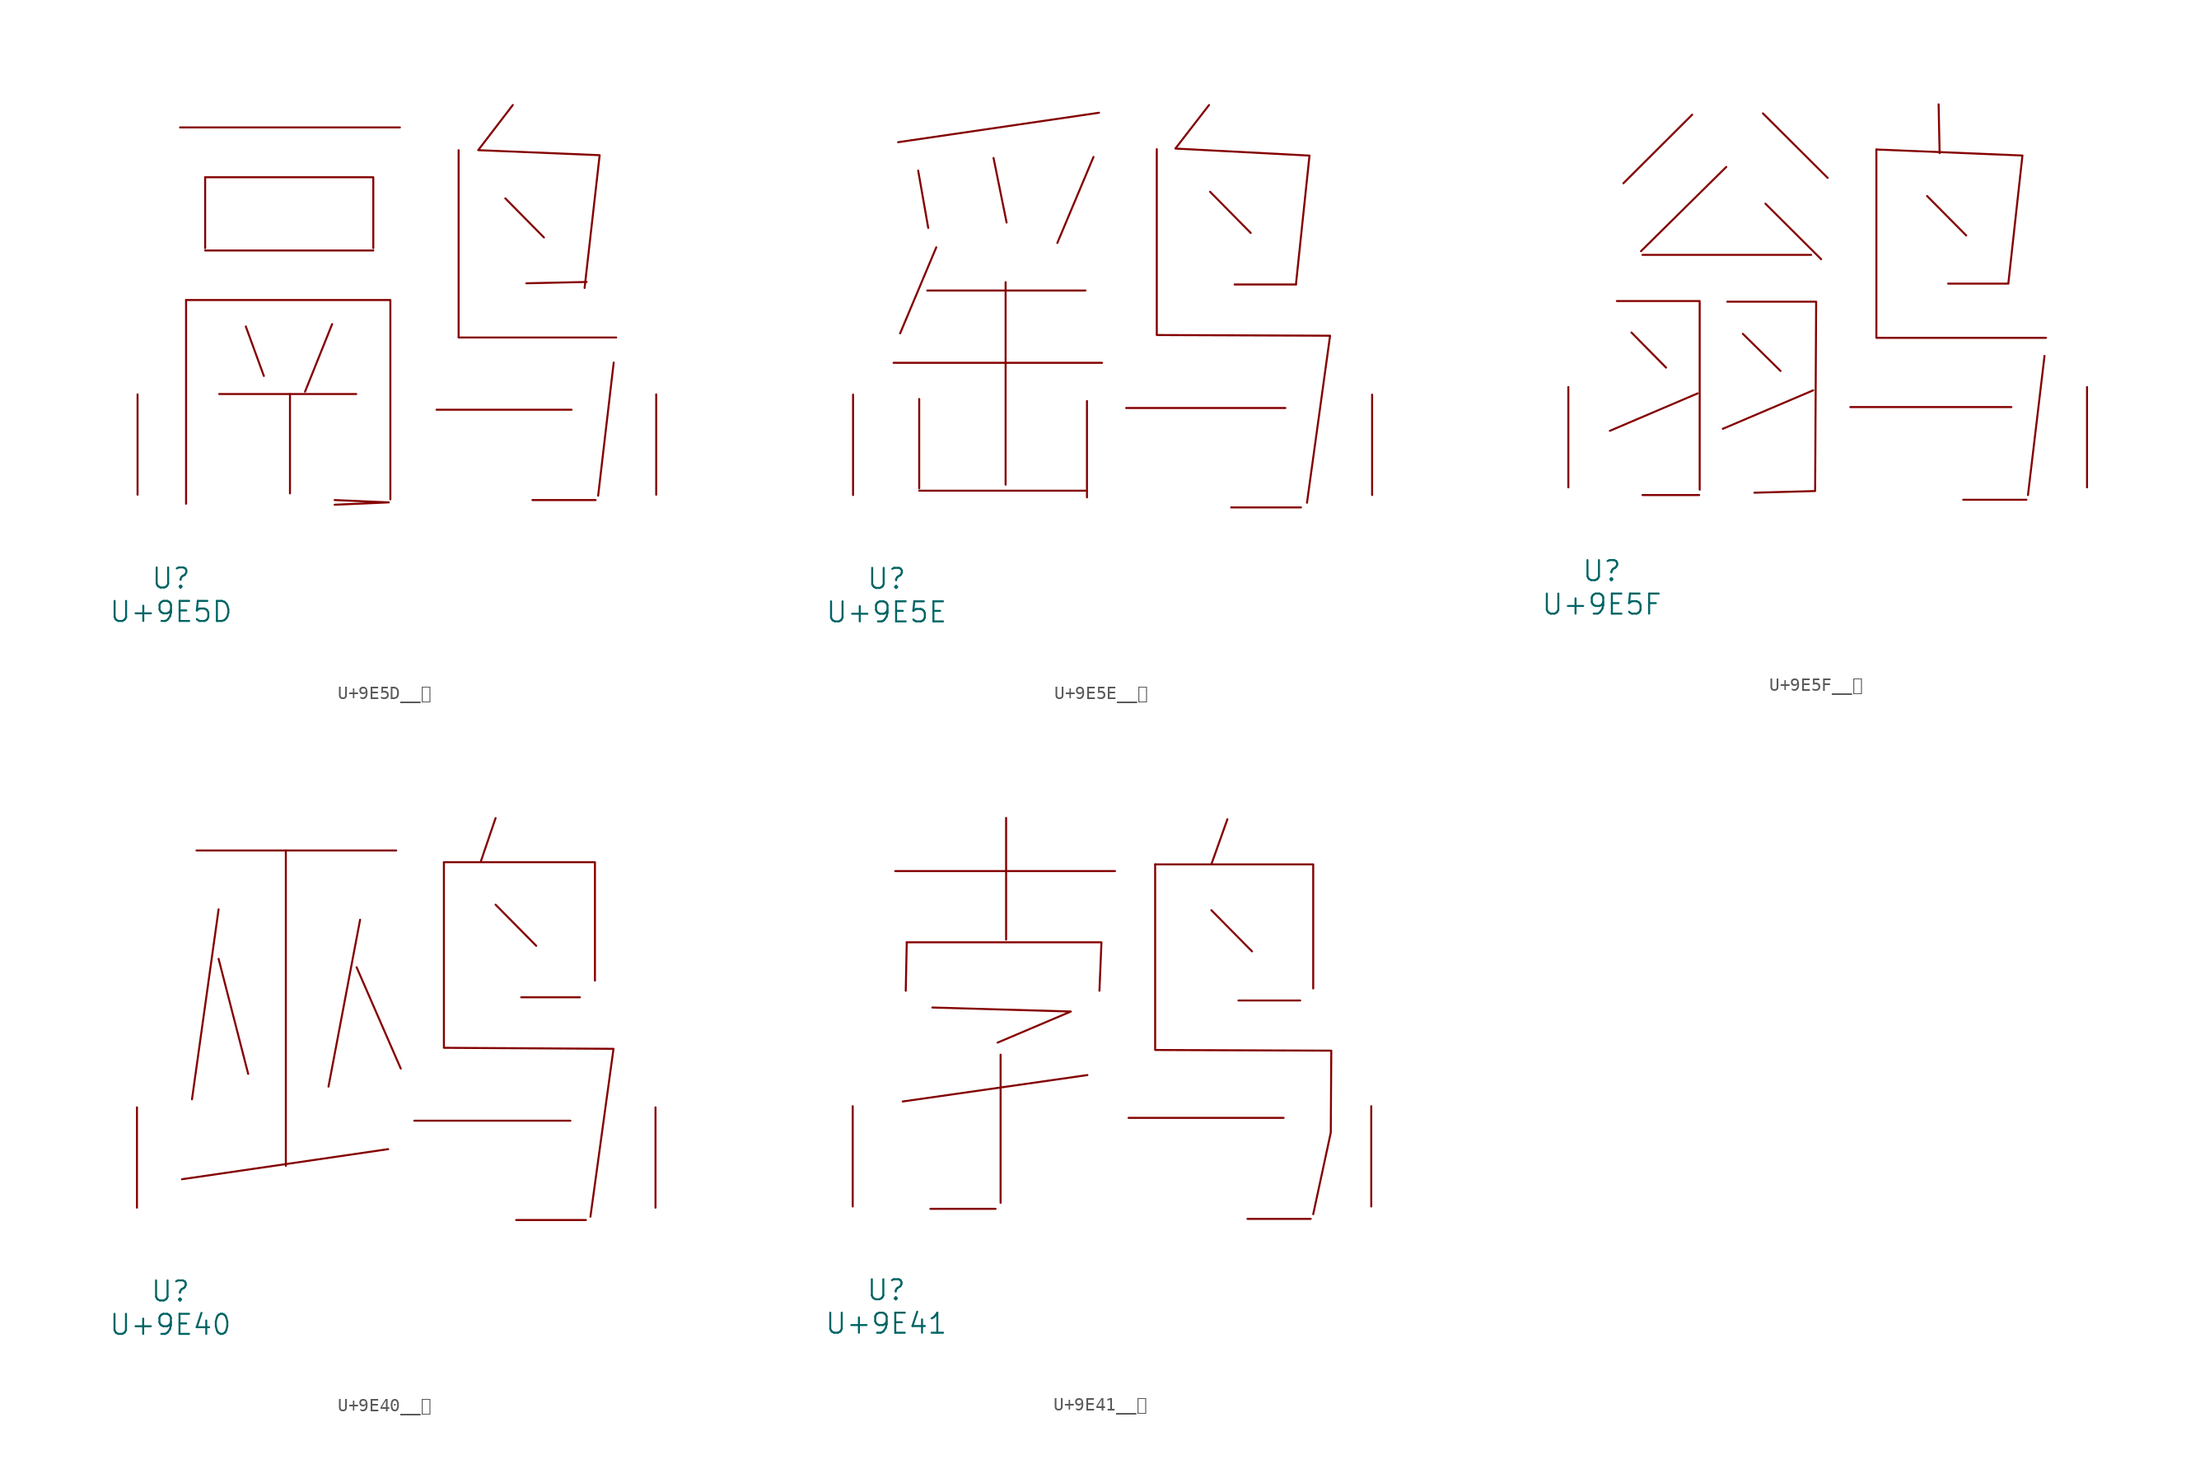
<source format=kicad_sym>
(kicad_symbol_lib
  (version 20231120)
  (generator "kicad_symbol_editor")
  (generator_version "8.0")
  (symbol "U+9E5D__鹝"
    (pin_names
      (offset 1.016))
    (property "Reference" "U"
      (at 0 -6.35 0)
      (effects (font (size 1.524 1.524))))
    (property "Value" "U+9E5D"
      (at 0 -8.89 0)
      (effects (font (size 1.524 1.524))))
    (symbol "U+9E5D__鹝_0_1"
      (polyline (pts (xy 0.686 27.889) (xy 17.374 27.889)) (stroke (width 0) (type solid)) (fill (type none)))
      (polyline (pts (xy 1.143 14.783) (xy 1.143 -0.686)) (stroke (width 0) (type solid)) (fill (type none)))
      (polyline (pts (xy 2.591 18.542) (xy 15.354 18.542)) (stroke (width 0) (type solid)) (fill (type none)))
      (polyline (pts (xy 2.591 24.105) (xy 2.591 18.72)) (stroke (width 0) (type solid)) (fill (type none)))
      (polyline (pts (xy 3.658 7.645) (xy 14.059 7.645)) (stroke (width 0) (type solid)) (fill (type none)))
      (polyline (pts (xy 5.677 12.776) (xy 7.048 9.017)) (stroke (width 0) (type solid)) (fill (type none)))
      (polyline (pts (xy 9.03 7.645) (xy 9.03 0.102)) (stroke (width 0) (type solid)) (fill (type none)))
      (polyline (pts (xy 12.23 12.954) (xy 10.173 7.823)) (stroke (width 0) (type solid)) (fill (type none)))
      (polyline (pts (xy 20.155 6.452) (xy 30.404 6.452)) (stroke (width 0) (type solid)) (fill (type none)))
      (polyline (pts (xy 21.831 11.938) (xy 33.795 11.938)) (stroke (width 0) (type solid)) (fill (type none)))
      (polyline (pts (xy 21.831 26.162) (xy 21.831 11.989)) (stroke (width 0) (type solid)) (fill (type none)))
      (polyline (pts (xy 25.375 22.504) (xy 28.308 19.533)) (stroke (width 0) (type solid)) (fill (type none)))
      (polyline (pts (xy 27.432 -0.406) (xy 32.233 -0.406)) (stroke (width 0) (type solid)) (fill (type none)))
      (polyline (pts (xy 31.547 16.154) (xy 26.975 16.053)) (stroke (width 0) (type solid)) (fill (type none)))
      (polyline (pts (xy 33.604 10.033) (xy 32.423 -0.076)) (stroke (width 0) (type solid)) (fill (type none)))
      (polyline (pts (xy 1.143 14.783) (xy 16.65 14.783) (xy 16.65 -0.356)) (stroke (width 0) (type solid)) (fill (type none)))
      (polyline (pts (xy 2.591 24.105) (xy 15.354 24.105) (xy 15.354 18.72)) (stroke (width 0) (type solid)) (fill (type none)))
      (polyline (pts (xy 12.421 -0.762) (xy 16.535 -0.584) (xy 12.421 -0.406)) (stroke (width 0) (type solid)) (fill (type none)))
      (polyline (pts (xy 25.946 29.591) (xy 23.317 26.162) (xy 32.537 25.781) (xy 31.394 15.697)) (stroke (width 0) (type solid)) (fill (type none)))
      (pin input line (at -2.54 0 90) (length 7.62) (name "~" (effects (font (size 1.27 1.27)))) (number "~" (effects (font (size 1.27 1.27)))))
      (pin input line (at 36.83 0 90) (length 7.62) (name "~" (effects (font (size 1.27 1.27)))) (number "~" (effects (font (size 1.27 1.27)))))))
  (symbol "U+9E5E__鹞"
    (pin_names
      (offset 1.016))
    (property "Reference" "U"
      (at 0 -6.35 0)
      (effects (font (size 1.524 1.524))))
    (property "Value" "U+9E5E"
      (at 0 -8.89 0)
      (effects (font (size 1.524 1.524))))
    (symbol "U+9E5E__鹞_0_1"
      (polyline (pts (xy 0.533 10.033) (xy 16.345 10.033)) (stroke (width 0) (type solid)) (fill (type none)))
      (polyline (pts (xy 2.4 24.613) (xy 3.162 20.269)) (stroke (width 0) (type solid)) (fill (type none)))
      (polyline (pts (xy 2.477 0.33) (xy 15.088 0.33)) (stroke (width 0) (type solid)) (fill (type none)))
      (polyline (pts (xy 2.477 7.29) (xy 2.477 0.508)) (stroke (width 0) (type solid)) (fill (type none)))
      (polyline (pts (xy 3.086 15.519) (xy 15.088 15.519)) (stroke (width 0) (type solid)) (fill (type none)))
      (polyline (pts (xy 3.772 18.796) (xy 1.029 12.268)) (stroke (width 0) (type solid)) (fill (type none)))
      (polyline (pts (xy 8.115 25.578) (xy 9.106 20.676)) (stroke (width 0) (type solid)) (fill (type none)))
      (polyline (pts (xy 9.03 16.154) (xy 9.03 0.787)) (stroke (width 0) (type solid)) (fill (type none)))
      (polyline (pts (xy 15.202 7.137) (xy 15.202 -0.178)) (stroke (width 0) (type solid)) (fill (type none)))
      (polyline (pts (xy 15.697 25.654) (xy 12.954 19.126)) (stroke (width 0) (type solid)) (fill (type none)))
      (polyline (pts (xy 16.116 29.007) (xy 0.876 26.772)) (stroke (width 0) (type solid)) (fill (type none)))
      (polyline (pts (xy 18.174 6.604) (xy 30.251 6.604)) (stroke (width 0) (type solid)) (fill (type none)))
      (polyline (pts (xy 24.536 23.012) (xy 27.622 19.888)) (stroke (width 0) (type solid)) (fill (type none)))
      (polyline (pts (xy 26.137 -0.94) (xy 31.433 -0.94)) (stroke (width 0) (type solid)) (fill (type none)))
      (polyline (pts (xy 26.403 15.977) (xy 31.052 15.977)) (stroke (width 0) (type solid)) (fill (type none)))
      (polyline (pts (xy 20.498 26.238) (xy 20.498 12.141) (xy 33.642 12.09) (xy 31.89 -0.584)) (stroke (width 0) (type solid)) (fill (type none)))
      (polyline (pts (xy 24.46 29.591) (xy 21.907 26.289) (xy 32.08 25.756) (xy 31.052 15.977)) (stroke (width 0) (type solid)) (fill (type none)))
      (pin input line (at -2.54 0 90) (length 7.62) (name "~" (effects (font (size 1.27 1.27)))) (number "~" (effects (font (size 1.27 1.27)))))
      (pin input line (at 36.83 0 90) (length 7.62) (name "~" (effects (font (size 1.27 1.27)))) (number "~" (effects (font (size 1.27 1.27)))))))
  (symbol "U+9E5F__鹟"
    (pin_names
      (offset 1.016))
    (property "Reference" "U"
      (at 0 -6.35 0)
      (effects (font (size 1.524 1.524))))
    (property "Value" "U+9E5F"
      (at 0 -8.89 0)
      (effects (font (size 1.524 1.524))))
    (symbol "U+9E5F__鹟_0_1"
      (polyline (pts (xy 2.248 11.76) (xy 4.877 9.093)) (stroke (width 0) (type solid)) (fill (type none)))
      (polyline (pts (xy 3.086 -0.584) (xy 7.391 -0.584)) (stroke (width 0) (type solid)) (fill (type none)))
      (polyline (pts (xy 3.086 17.653) (xy 15.888 17.653)) (stroke (width 0) (type solid)) (fill (type none)))
      (polyline (pts (xy 6.858 28.296) (xy 1.638 23.089)) (stroke (width 0) (type solid)) (fill (type none)))
      (polyline (pts (xy 7.277 7.137) (xy 0.61 4.293)) (stroke (width 0) (type solid)) (fill (type none)))
      (polyline (pts (xy 9.449 24.333) (xy 2.972 17.932)) (stroke (width 0) (type solid)) (fill (type none)))
      (polyline (pts (xy 10.706 11.659) (xy 13.564 8.839)) (stroke (width 0) (type solid)) (fill (type none)))
      (polyline (pts (xy 12.23 28.397) (xy 17.145 23.495)) (stroke (width 0) (type solid)) (fill (type none)))
      (polyline (pts (xy 12.421 21.539) (xy 16.65 17.323)) (stroke (width 0) (type solid)) (fill (type none)))
      (polyline (pts (xy 16.04 7.366) (xy 9.182 4.445)) (stroke (width 0) (type solid)) (fill (type none)))
      (polyline (pts (xy 18.86 6.096) (xy 31.09 6.096)) (stroke (width 0) (type solid)) (fill (type none)))
      (polyline (pts (xy 20.841 11.354) (xy 33.718 11.354)) (stroke (width 0) (type solid)) (fill (type none)))
      (polyline (pts (xy 20.841 25.654) (xy 20.841 11.405)) (stroke (width 0) (type solid)) (fill (type none)))
      (polyline (pts (xy 24.689 22.123) (xy 27.661 19.126)) (stroke (width 0) (type solid)) (fill (type none)))
      (polyline (pts (xy 25.565 29.083) (xy 25.641 25.375)) (stroke (width 0) (type solid)) (fill (type none)))
      (polyline (pts (xy 26.289 15.469) (xy 30.861 15.469)) (stroke (width 0) (type solid)) (fill (type none)))
      (polyline (pts (xy 27.432 -0.94) (xy 32.233 -0.94)) (stroke (width 0) (type solid)) (fill (type none)))
      (polyline (pts (xy 33.604 9.982) (xy 32.347 -0.584)) (stroke (width 0) (type solid)) (fill (type none)))
      (polyline (pts (xy 1.143 14.148) (xy 7.429 14.148) (xy 7.429 -0.178)) (stroke (width 0) (type solid)) (fill (type none)))
      (polyline (pts (xy 20.841 25.654) (xy 31.928 25.197) (xy 30.861 15.519)) (stroke (width 0) (type solid)) (fill (type none)))
      (polyline (pts (xy 9.525 14.097) (xy 16.269 14.097) (xy 16.192 -0.279) (xy 11.582 -0.406)) (stroke (width 0) (type solid)) (fill (type none)))
      (pin input line (at -2.54 0 90) (length 7.62) (name "~" (effects (font (size 1.27 1.27)))) (number "~" (effects (font (size 1.27 1.27)))))
      (pin input line (at 36.83 0 90) (length 7.62) (name "~" (effects (font (size 1.27 1.27)))) (number "~" (effects (font (size 1.27 1.27)))))))
  (symbol "U+9E40__鹀"
    (pin_names
      (offset 1.016))
    (property "Reference" "U"
      (at 0 -6.35 0)
      (effects (font (size 1.524 1.524))))
    (property "Value" "U+9E40"
      (at 0 -8.89 0)
      (effects (font (size 1.524 1.524))))
    (symbol "U+9E40__鹀_0_1"
      (polyline (pts (xy 1.981 27.127) (xy 17.145 27.127)) (stroke (width 0) (type solid)) (fill (type none)))
      (polyline (pts (xy 3.658 18.898) (xy 5.905 10.16)) (stroke (width 0) (type solid)) (fill (type none)))
      (polyline (pts (xy 3.658 22.657) (xy 1.638 8.23)) (stroke (width 0) (type solid)) (fill (type none)))
      (polyline (pts (xy 8.763 27.127) (xy 8.763 3.175)) (stroke (width 0) (type solid)) (fill (type none)))
      (polyline (pts (xy 14.135 18.263) (xy 17.488 10.566)) (stroke (width 0) (type solid)) (fill (type none)))
      (polyline (pts (xy 14.402 21.869) (xy 12.002 9.195)) (stroke (width 0) (type solid)) (fill (type none)))
      (polyline (pts (xy 16.535 4.445) (xy 0.876 2.159)) (stroke (width 0) (type solid)) (fill (type none)))
      (polyline (pts (xy 18.517 6.604) (xy 30.366 6.604)) (stroke (width 0) (type solid)) (fill (type none)))
      (polyline (pts (xy 24.689 23.012) (xy 27.775 19.888)) (stroke (width 0) (type solid)) (fill (type none)))
      (polyline (pts (xy 24.689 29.591) (xy 23.584 26.34)) (stroke (width 0) (type solid)) (fill (type none)))
      (polyline (pts (xy 26.251 -0.94) (xy 31.547 -0.94)) (stroke (width 0) (type solid)) (fill (type none)))
      (polyline (pts (xy 26.632 15.977) (xy 31.09 15.977)) (stroke (width 0) (type solid)) (fill (type none)))
      (polyline (pts (xy 20.765 26.238) (xy 32.233 26.238) (xy 32.233 17.247)) (stroke (width 0) (type solid)) (fill (type none)))
      (polyline (pts (xy 20.765 26.238) (xy 20.765 12.141) (xy 33.642 12.065) (xy 31.89 -0.686)) (stroke (width 0) (type solid)) (fill (type none)))
      (pin input line (at -2.54 0 90) (length 7.62) (name "~" (effects (font (size 1.27 1.27)))) (number "~" (effects (font (size 1.27 1.27)))))
      (pin input line (at 36.83 0 90) (length 7.62) (name "~" (effects (font (size 1.27 1.27)))) (number "~" (effects (font (size 1.27 1.27)))))))
  (symbol "U+9E41__鹁"
    (pin_names
      (offset 1.016))
    (property "Reference" "U"
      (at 0 -6.35 0)
      (effects (font (size 1.524 1.524))))
    (property "Value" "U+9E41"
      (at 0 -8.89 0)
      (effects (font (size 1.524 1.524))))
    (symbol "U+9E41__鹁_0_1"
      (polyline (pts (xy 0.686 25.476) (xy 17.374 25.476)) (stroke (width 0) (type solid)) (fill (type none)))
      (polyline (pts (xy 1.562 20.066) (xy 1.486 16.383)) (stroke (width 0) (type solid)) (fill (type none)))
      (polyline (pts (xy 3.353 -0.178) (xy 8.306 -0.178)) (stroke (width 0) (type solid)) (fill (type none)))
      (polyline (pts (xy 8.687 11.532) (xy 8.687 0.279)) (stroke (width 0) (type solid)) (fill (type none)))
      (polyline (pts (xy 9.106 29.515) (xy 9.106 20.269)) (stroke (width 0) (type solid)) (fill (type none)))
      (polyline (pts (xy 15.278 9.982) (xy 1.257 7.976)) (stroke (width 0) (type solid)) (fill (type none)))
      (polyline (pts (xy 18.402 6.731) (xy 30.175 6.731)) (stroke (width 0) (type solid)) (fill (type none)))
      (polyline (pts (xy 24.689 22.504) (xy 27.775 19.38)) (stroke (width 0) (type solid)) (fill (type none)))
      (polyline (pts (xy 25.908 29.413) (xy 24.689 25.984)) (stroke (width 0) (type solid)) (fill (type none)))
      (polyline (pts (xy 26.746 15.646) (xy 31.433 15.646)) (stroke (width 0) (type solid)) (fill (type none)))
      (polyline (pts (xy 27.432 -0.94) (xy 32.233 -0.94)) (stroke (width 0) (type solid)) (fill (type none)))
      (polyline (pts (xy 1.562 20.066) (xy 16.345 20.066) (xy 16.192 16.383)) (stroke (width 0) (type solid)) (fill (type none)))
      (polyline (pts (xy 3.505 15.113) (xy 14.021 14.808) (xy 8.458 12.446)) (stroke (width 0) (type solid)) (fill (type none)))
      (polyline (pts (xy 20.422 25.984) (xy 32.423 25.984) (xy 32.423 16.561)) (stroke (width 0) (type solid)) (fill (type none)))
      (polyline (pts (xy 20.422 25.984) (xy 20.422 11.887) (xy 33.795 11.836) (xy 33.757 5.613) (xy 32.423 -0.584)) (stroke (width 0) (type solid)) (fill (type none)))
      (pin input line (at -2.54 0 90) (length 7.62) (name "~" (effects (font (size 1.27 1.27)))) (number "~" (effects (font (size 1.27 1.27)))))
      (pin input line (at 36.83 0 90) (length 7.62) (name "~" (effects (font (size 1.27 1.27)))) (number "~" (effects (font (size 1.27 1.27))))))))
</source>
